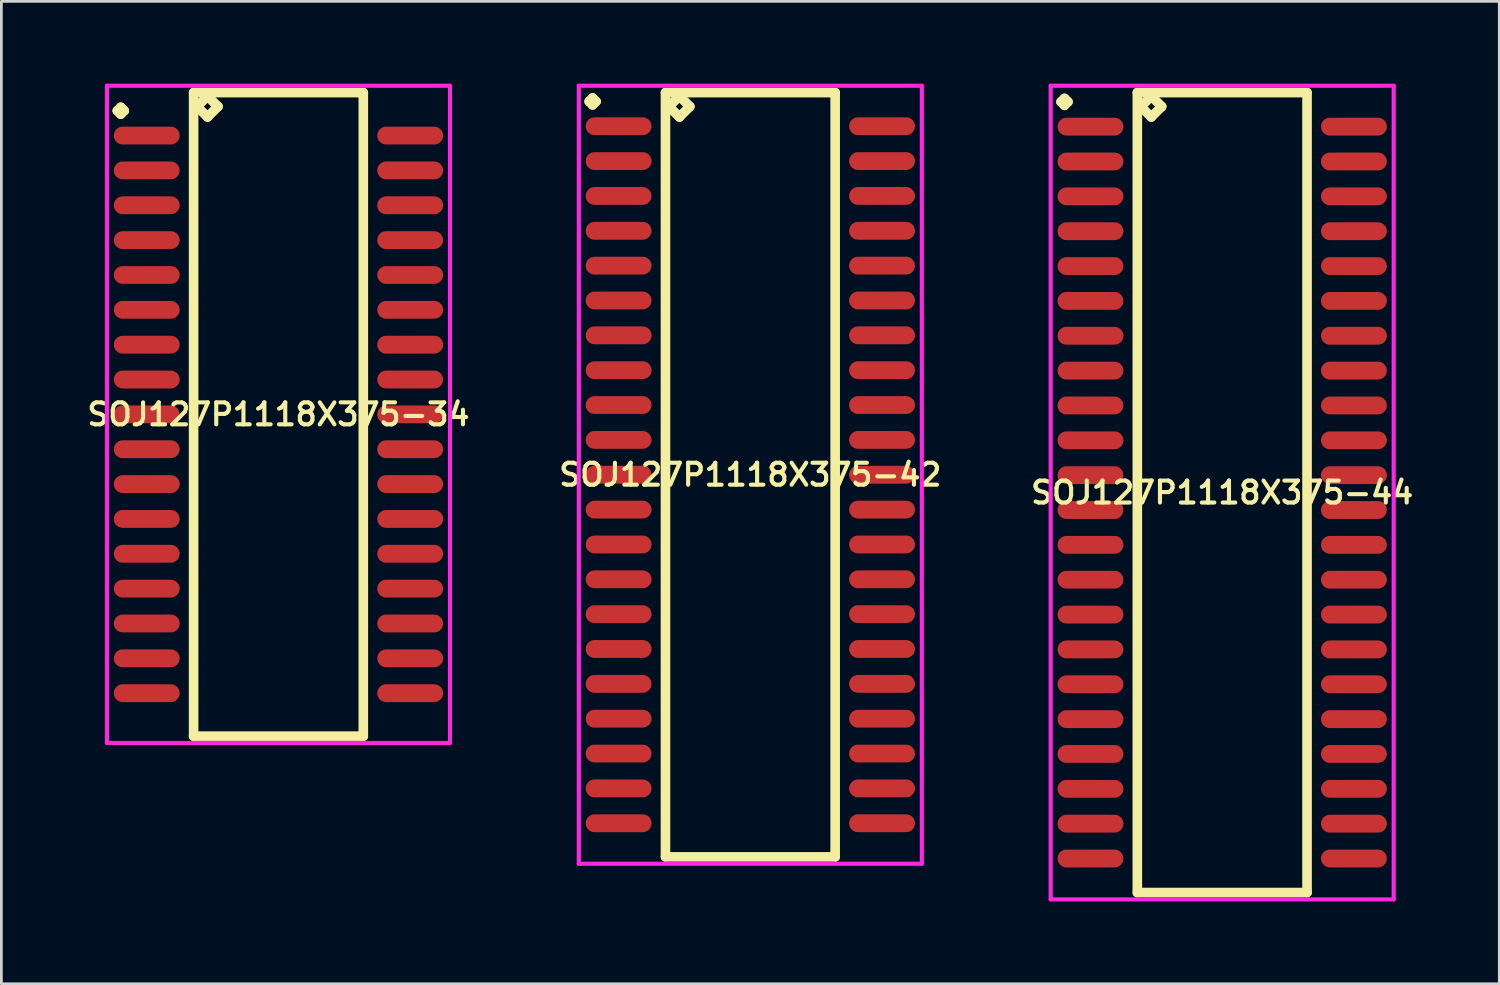
<source format=kicad_pcb>
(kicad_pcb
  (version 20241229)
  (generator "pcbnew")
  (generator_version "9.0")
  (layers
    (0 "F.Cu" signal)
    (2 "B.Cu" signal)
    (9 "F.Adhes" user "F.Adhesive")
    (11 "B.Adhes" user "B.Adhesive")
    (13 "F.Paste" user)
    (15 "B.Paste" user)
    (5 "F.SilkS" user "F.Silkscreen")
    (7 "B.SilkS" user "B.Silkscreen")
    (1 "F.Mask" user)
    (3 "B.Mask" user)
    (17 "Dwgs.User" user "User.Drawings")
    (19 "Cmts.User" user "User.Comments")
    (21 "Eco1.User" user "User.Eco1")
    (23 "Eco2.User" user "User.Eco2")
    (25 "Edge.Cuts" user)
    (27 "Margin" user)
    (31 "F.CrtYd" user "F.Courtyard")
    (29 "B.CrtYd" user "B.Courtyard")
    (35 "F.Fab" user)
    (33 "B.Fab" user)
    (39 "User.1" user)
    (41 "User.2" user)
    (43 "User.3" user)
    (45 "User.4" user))
  (footprint "SOJ127P1118X375-44"
    (layer "F.Cu")
    (at 41.487 14.9)
    (property "Reference" "SOJ127P1118X375-44" (at 0 0 0) (layer "F.SilkS") (effects (font (size 0.8 0.8) (thickness 0.15))))
    (attr smd)
    (fp_line (start -5.873 -14.239) (end -5.746 -14.366) (stroke (width 0.35) (type solid)) (layer "F.SilkS"))
    (fp_line (start -5.746 -14.366) (end -5.619 -14.239) (stroke (width 0.35) (type solid)) (layer "F.SilkS"))
    (fp_line (start -5.746 -14.112) (end -5.873 -14.239) (stroke (width 0.35) (type solid)) (layer "F.SilkS"))
    (fp_line (start -5.619 -14.239) (end -5.746 -14.112) (stroke (width 0.35) (type solid)) (layer "F.SilkS"))
    (fp_line (start -3.092 -14.575) (end -3.092 14.575) (stroke (width 0.35) (type solid)) (layer "F.SilkS"))
    (fp_line (start -3.092 14.575) (end 3.092 14.575) (stroke (width 0.35) (type solid)) (layer "F.SilkS"))
    (fp_line (start -2.965 -14.067) (end -2.584 -14.448) (stroke (width 0.35) (type solid)) (layer "F.SilkS"))
    (fp_line (start -2.584 -14.448) (end -2.203 -14.067) (stroke (width 0.35) (type solid)) (layer "F.SilkS"))
    (fp_line (start -2.584 -13.686) (end -2.965 -14.067) (stroke (width 0.35) (type solid)) (layer "F.SilkS"))
    (fp_line (start -2.203 -14.067) (end -2.584 -13.686) (stroke (width 0.35) (type solid)) (layer "F.SilkS"))
    (fp_line (start 3.092 -14.575) (end -3.092 -14.575) (stroke (width 0.35) (type solid)) (layer "F.SilkS"))
    (fp_line (start 3.092 14.575) (end 3.092 -14.575) (stroke (width 0.35) (type solid)) (layer "F.SilkS"))
    (fp_line (start -6.25 -14.825) (end 6.25 -14.825) (stroke (width 0.15) (type solid)) (layer "F.CrtYd"))
    (fp_line (start -6.25 14.825) (end -6.25 -14.825) (stroke (width 0.15) (type solid)) (layer "F.CrtYd"))
    (fp_line (start 6.25 -14.825) (end 6.25 14.825) (stroke (width 0.15) (type solid)) (layer "F.CrtYd"))
    (fp_line (start 6.25 14.825) (end -6.25 14.825) (stroke (width 0.15) (type solid)) (layer "F.CrtYd"))
    (pad "1" smd oval (at -4.8 -13.335) (size 2.4 0.65) (layers "F.Cu" "F.Mask" "F.Paste"))
    (pad "2" smd oval (at -4.8 -12.065) (size 2.4 0.65) (layers "F.Cu" "F.Mask" "F.Paste"))
    (pad "3" smd oval (at -4.8 -10.795) (size 2.4 0.65) (layers "F.Cu" "F.Mask" "F.Paste"))
    (pad "4" smd oval (at -4.8 -9.525) (size 2.4 0.65) (layers "F.Cu" "F.Mask" "F.Paste"))
    (pad "5" smd oval (at -4.8 -8.255) (size 2.4 0.65) (layers "F.Cu" "F.Mask" "F.Paste"))
    (pad "6" smd oval (at -4.8 -6.985) (size 2.4 0.65) (layers "F.Cu" "F.Mask" "F.Paste"))
    (pad "7" smd oval (at -4.8 -5.715) (size 2.4 0.65) (layers "F.Cu" "F.Mask" "F.Paste"))
    (pad "8" smd oval (at -4.8 -4.445) (size 2.4 0.65) (layers "F.Cu" "F.Mask" "F.Paste"))
    (pad "9" smd oval (at -4.8 -3.175) (size 2.4 0.65) (layers "F.Cu" "F.Mask" "F.Paste"))
    (pad "10" smd oval (at -4.8 -1.905) (size 2.4 0.65) (layers "F.Cu" "F.Mask" "F.Paste"))
    (pad "11" smd oval (at -4.8 -0.635) (size 2.4 0.65) (layers "F.Cu" "F.Mask" "F.Paste"))
    (pad "12" smd oval (at -4.8 0.635) (size 2.4 0.65) (layers "F.Cu" "F.Mask" "F.Paste"))
    (pad "13" smd oval (at -4.8 1.905) (size 2.4 0.65) (layers "F.Cu" "F.Mask" "F.Paste"))
    (pad "14" smd oval (at -4.8 3.175) (size 2.4 0.65) (layers "F.Cu" "F.Mask" "F.Paste"))
    (pad "15" smd oval (at -4.8 4.445) (size 2.4 0.65) (layers "F.Cu" "F.Mask" "F.Paste"))
    (pad "16" smd oval (at -4.8 5.715) (size 2.4 0.65) (layers "F.Cu" "F.Mask" "F.Paste"))
    (pad "17" smd oval (at -4.8 6.985) (size 2.4 0.65) (layers "F.Cu" "F.Mask" "F.Paste"))
    (pad "18" smd oval (at -4.8 8.255) (size 2.4 0.65) (layers "F.Cu" "F.Mask" "F.Paste"))
    (pad "19" smd oval (at -4.8 9.525) (size 2.4 0.65) (layers "F.Cu" "F.Mask" "F.Paste"))
    (pad "20" smd oval (at -4.8 10.795) (size 2.4 0.65) (layers "F.Cu" "F.Mask" "F.Paste"))
    (pad "21" smd oval (at -4.8 12.065) (size 2.4 0.65) (layers "F.Cu" "F.Mask" "F.Paste"))
    (pad "22" smd oval (at -4.8 13.335) (size 2.4 0.65) (layers "F.Cu" "F.Mask" "F.Paste"))
    (pad "23" smd oval (at 4.8 13.335) (size 2.4 0.65) (layers "F.Cu" "F.Mask" "F.Paste"))
    (pad "24" smd oval (at 4.8 12.065) (size 2.4 0.65) (layers "F.Cu" "F.Mask" "F.Paste"))
    (pad "25" smd oval (at 4.8 10.795) (size 2.4 0.65) (layers "F.Cu" "F.Mask" "F.Paste"))
    (pad "26" smd oval (at 4.8 9.525) (size 2.4 0.65) (layers "F.Cu" "F.Mask" "F.Paste"))
    (pad "27" smd oval (at 4.8 8.255) (size 2.4 0.65) (layers "F.Cu" "F.Mask" "F.Paste"))
    (pad "28" smd oval (at 4.8 6.985) (size 2.4 0.65) (layers "F.Cu" "F.Mask" "F.Paste"))
    (pad "29" smd oval (at 4.8 5.715) (size 2.4 0.65) (layers "F.Cu" "F.Mask" "F.Paste"))
    (pad "30" smd oval (at 4.8 4.445) (size 2.4 0.65) (layers "F.Cu" "F.Mask" "F.Paste"))
    (pad "31" smd oval (at 4.8 3.175) (size 2.4 0.65) (layers "F.Cu" "F.Mask" "F.Paste"))
    (pad "32" smd oval (at 4.8 1.905) (size 2.4 0.65) (layers "F.Cu" "F.Mask" "F.Paste"))
    (pad "33" smd oval (at 4.8 0.635) (size 2.4 0.65) (layers "F.Cu" "F.Mask" "F.Paste"))
    (pad "34" smd oval (at 4.8 -0.635) (size 2.4 0.65) (layers "F.Cu" "F.Mask" "F.Paste"))
    (pad "35" smd oval (at 4.8 -1.905) (size 2.4 0.65) (layers "F.Cu" "F.Mask" "F.Paste"))
    (pad "36" smd oval (at 4.8 -3.175) (size 2.4 0.65) (layers "F.Cu" "F.Mask" "F.Paste"))
    (pad "37" smd oval (at 4.8 -4.445) (size 2.4 0.65) (layers "F.Cu" "F.Mask" "F.Paste"))
    (pad "38" smd oval (at 4.8 -5.715) (size 2.4 0.65) (layers "F.Cu" "F.Mask" "F.Paste"))
    (pad "39" smd oval (at 4.8 -6.985) (size 2.4 0.65) (layers "F.Cu" "F.Mask" "F.Paste"))
    (pad "40" smd oval (at 4.8 -8.255) (size 2.4 0.65) (layers "F.Cu" "F.Mask" "F.Paste"))
    (pad "41" smd oval (at 4.8 -9.525) (size 2.4 0.65) (layers "F.Cu" "F.Mask" "F.Paste"))
    (pad "42" smd oval (at 4.8 -10.795) (size 2.4 0.65) (layers "F.Cu" "F.Mask" "F.Paste"))
    (pad "43" smd oval (at 4.8 -12.065) (size 2.4 0.65) (layers "F.Cu" "F.Mask" "F.Paste"))
    (pad "44" smd oval (at 4.8 -13.335) (size 2.4 0.65) (layers "F.Cu" "F.Mask" "F.Paste")))
  (footprint "SOJ127P1118X375-42"
    (layer "F.Cu")
    (at 24.292 14.25)
    (property "Reference" "SOJ127P1118X375-42" (at 0 0 0) (layer "F.SilkS") (effects (font (size 0.8 0.8) (thickness 0.15))))
    (attr through_hole)
    (fp_line (start -5.873 -13.604) (end -5.746 -13.731) (stroke (width 0.35) (type solid)) (layer "F.SilkS"))
    (fp_line (start -5.746 -13.731) (end -5.619 -13.604) (stroke (width 0.35) (type solid)) (layer "F.SilkS"))
    (fp_line (start -5.746 -13.477) (end -5.873 -13.604) (stroke (width 0.35) (type solid)) (layer "F.SilkS"))
    (fp_line (start -5.619 -13.604) (end -5.746 -13.477) (stroke (width 0.35) (type solid)) (layer "F.SilkS"))
    (fp_line (start -3.092 -13.925) (end -3.092 13.925) (stroke (width 0.35) (type solid)) (layer "F.SilkS"))
    (fp_line (start -3.092 13.925) (end 3.092 13.925) (stroke (width 0.35) (type solid)) (layer "F.SilkS"))
    (fp_line (start -2.965 -13.417) (end -2.584 -13.798) (stroke (width 0.35) (type solid)) (layer "F.SilkS"))
    (fp_line (start -2.584 -13.798) (end -2.203 -13.417) (stroke (width 0.35) (type solid)) (layer "F.SilkS"))
    (fp_line (start -2.584 -13.036) (end -2.965 -13.417) (stroke (width 0.35) (type solid)) (layer "F.SilkS"))
    (fp_line (start -2.203 -13.417) (end -2.584 -13.036) (stroke (width 0.35) (type solid)) (layer "F.SilkS"))
    (fp_line (start 3.092 -13.925) (end -3.092 -13.925) (stroke (width 0.35) (type solid)) (layer "F.SilkS"))
    (fp_line (start 3.092 13.925) (end 3.092 -13.925) (stroke (width 0.35) (type solid)) (layer "F.SilkS"))
    (fp_line (start -6.25 -14.175) (end 6.25 -14.175) (stroke (width 0.15) (type solid)) (layer "F.CrtYd"))
    (fp_line (start -6.25 14.175) (end -6.25 -14.175) (stroke (width 0.15) (type solid)) (layer "F.CrtYd"))
    (fp_line (start 6.25 -14.175) (end 6.25 14.175) (stroke (width 0.15) (type solid)) (layer "F.CrtYd"))
    (fp_line (start 6.25 14.175) (end -6.25 14.175) (stroke (width 0.15) (type solid)) (layer "F.CrtYd"))
    (pad "1" smd oval (at -4.8 -12.7) (size 2.4 0.65) (layers "F.Cu" "F.Mask" "F.Paste"))
    (pad "2" smd oval (at -4.8 -11.43) (size 2.4 0.65) (layers "F.Cu" "F.Mask" "F.Paste"))
    (pad "3" smd oval (at -4.8 -10.16) (size 2.4 0.65) (layers "F.Cu" "F.Mask" "F.Paste"))
    (pad "4" smd oval (at -4.8 -8.89) (size 2.4 0.65) (layers "F.Cu" "F.Mask" "F.Paste"))
    (pad "5" smd oval (at -4.8 -7.62) (size 2.4 0.65) (layers "F.Cu" "F.Mask" "F.Paste"))
    (pad "6" smd oval (at -4.8 -6.35) (size 2.4 0.65) (layers "F.Cu" "F.Mask" "F.Paste"))
    (pad "7" smd oval (at -4.8 -5.08) (size 2.4 0.65) (layers "F.Cu" "F.Mask" "F.Paste"))
    (pad "8" smd oval (at -4.8 -3.81) (size 2.4 0.65) (layers "F.Cu" "F.Mask" "F.Paste"))
    (pad "9" smd oval (at -4.8 -2.54) (size 2.4 0.65) (layers "F.Cu" "F.Mask" "F.Paste"))
    (pad "10" smd oval (at -4.8 -1.27) (size 2.4 0.65) (layers "F.Cu" "F.Mask" "F.Paste"))
    (pad "11" smd oval (at -4.8 0) (size 2.4 0.65) (layers "F.Cu" "F.Mask" "F.Paste"))
    (pad "12" smd oval (at -4.8 1.27) (size 2.4 0.65) (layers "F.Cu" "F.Mask" "F.Paste"))
    (pad "13" smd oval (at -4.8 2.54) (size 2.4 0.65) (layers "F.Cu" "F.Mask" "F.Paste"))
    (pad "14" smd oval (at -4.8 3.81) (size 2.4 0.65) (layers "F.Cu" "F.Mask" "F.Paste"))
    (pad "15" smd oval (at -4.8 5.08) (size 2.4 0.65) (layers "F.Cu" "F.Mask" "F.Paste"))
    (pad "16" smd oval (at -4.8 6.35) (size 2.4 0.65) (layers "F.Cu" "F.Mask" "F.Paste"))
    (pad "17" smd oval (at -4.8 7.62) (size 2.4 0.65) (layers "F.Cu" "F.Mask" "F.Paste"))
    (pad "18" smd oval (at -4.8 8.89) (size 2.4 0.65) (layers "F.Cu" "F.Mask" "F.Paste"))
    (pad "19" smd oval (at -4.8 10.16) (size 2.4 0.65) (layers "F.Cu" "F.Mask" "F.Paste"))
    (pad "20" smd oval (at -4.8 11.43) (size 2.4 0.65) (layers "F.Cu" "F.Mask" "F.Paste"))
    (pad "21" smd oval (at -4.8 12.7) (size 2.4 0.65) (layers "F.Cu" "F.Mask" "F.Paste"))
    (pad "22" smd oval (at 4.8 12.7) (size 2.4 0.65) (layers "F.Cu" "F.Mask" "F.Paste"))
    (pad "23" smd oval (at 4.8 11.43) (size 2.4 0.65) (layers "F.Cu" "F.Mask" "F.Paste"))
    (pad "24" smd oval (at 4.8 10.16) (size 2.4 0.65) (layers "F.Cu" "F.Mask" "F.Paste"))
    (pad "25" smd oval (at 4.8 8.89) (size 2.4 0.65) (layers "F.Cu" "F.Mask" "F.Paste"))
    (pad "26" smd oval (at 4.8 7.62) (size 2.4 0.65) (layers "F.Cu" "F.Mask" "F.Paste"))
    (pad "27" smd oval (at 4.8 6.35) (size 2.4 0.65) (layers "F.Cu" "F.Mask" "F.Paste"))
    (pad "28" smd oval (at 4.8 5.08) (size 2.4 0.65) (layers "F.Cu" "F.Mask" "F.Paste"))
    (pad "29" smd oval (at 4.8 3.81) (size 2.4 0.65) (layers "F.Cu" "F.Mask" "F.Paste"))
    (pad "30" smd oval (at 4.8 2.54) (size 2.4 0.65) (layers "F.Cu" "F.Mask" "F.Paste"))
    (pad "31" smd oval (at 4.8 1.27) (size 2.4 0.65) (layers "F.Cu" "F.Mask" "F.Paste"))
    (pad "32" smd oval (at 4.8 0) (size 2.4 0.65) (layers "F.Cu" "F.Mask" "F.Paste"))
    (pad "33" smd oval (at 4.8 -1.27) (size 2.4 0.65) (layers "F.Cu" "F.Mask" "F.Paste"))
    (pad "34" smd oval (at 4.8 -2.54) (size 2.4 0.65) (layers "F.Cu" "F.Mask" "F.Paste"))
    (pad "35" smd oval (at 4.8 -3.81) (size 2.4 0.65) (layers "F.Cu" "F.Mask" "F.Paste"))
    (pad "36" smd oval (at 4.8 -5.08) (size 2.4 0.65) (layers "F.Cu" "F.Mask" "F.Paste"))
    (pad "37" smd oval (at 4.8 -6.35) (size 2.4 0.65) (layers "F.Cu" "F.Mask" "F.Paste"))
    (pad "38" smd oval (at 4.8 -7.62) (size 2.4 0.65) (layers "F.Cu" "F.Mask" "F.Paste"))
    (pad "39" smd oval (at 4.8 -8.89) (size 2.4 0.65) (layers "F.Cu" "F.Mask" "F.Paste"))
    (pad "40" smd oval (at 4.8 -10.16) (size 2.4 0.65) (layers "F.Cu" "F.Mask" "F.Paste"))
    (pad "41" smd oval (at 4.8 -11.43) (size 2.4 0.65) (layers "F.Cu" "F.Mask" "F.Paste"))
    (pad "42" smd oval (at 4.8 -12.7) (size 2.4 0.65) (layers "F.Cu" "F.Mask" "F.Paste")))
  (footprint "SOJ127P1118X375-34"
    (layer "F.Cu")
    (at 7.097 12.05)
    (property "Reference" "SOJ127P1118X375-34" (at 0 0 0) (layer "F.SilkS") (effects (font (size 0.8 0.8) (thickness 0.15))))
    (attr smd)
    (fp_line (start -5.873 -11.064) (end -5.746 -11.191) (stroke (width 0.35) (type solid)) (layer "F.SilkS"))
    (fp_line (start -5.746 -11.191) (end -5.619 -11.064) (stroke (width 0.35) (type solid)) (layer "F.SilkS"))
    (fp_line (start -5.746 -10.937) (end -5.873 -11.064) (stroke (width 0.35) (type solid)) (layer "F.SilkS"))
    (fp_line (start -5.619 -11.064) (end -5.746 -10.937) (stroke (width 0.35) (type solid)) (layer "F.SilkS"))
    (fp_line (start -3.092 -11.725) (end -3.092 11.725) (stroke (width 0.35) (type solid)) (layer "F.SilkS"))
    (fp_line (start -3.092 11.725) (end 3.092 11.725) (stroke (width 0.35) (type solid)) (layer "F.SilkS"))
    (fp_line (start -2.965 -11.217) (end -2.584 -11.598) (stroke (width 0.35) (type solid)) (layer "F.SilkS"))
    (fp_line (start -2.584 -11.598) (end -2.203 -11.217) (stroke (width 0.35) (type solid)) (layer "F.SilkS"))
    (fp_line (start -2.584 -10.836) (end -2.965 -11.217) (stroke (width 0.35) (type solid)) (layer "F.SilkS"))
    (fp_line (start -2.203 -11.217) (end -2.584 -10.836) (stroke (width 0.35) (type solid)) (layer "F.SilkS"))
    (fp_line (start 3.092 -11.725) (end -3.092 -11.725) (stroke (width 0.35) (type solid)) (layer "F.SilkS"))
    (fp_line (start 3.092 11.725) (end 3.092 -11.725) (stroke (width 0.35) (type solid)) (layer "F.SilkS"))
    (fp_line (start -6.25 -11.975) (end 6.25 -11.975) (stroke (width 0.15) (type solid)) (layer "F.CrtYd"))
    (fp_line (start -6.25 11.975) (end -6.25 -11.975) (stroke (width 0.15) (type solid)) (layer "F.CrtYd"))
    (fp_line (start 6.25 -11.975) (end 6.25 11.975) (stroke (width 0.15) (type solid)) (layer "F.CrtYd"))
    (fp_line (start 6.25 11.975) (end -6.25 11.975) (stroke (width 0.15) (type solid)) (layer "F.CrtYd"))
    (pad "1" smd oval (at -4.8 -10.16) (size 2.4 0.65) (layers "F.Cu" "F.Mask" "F.Paste"))
    (pad "2" smd oval (at -4.8 -8.89) (size 2.4 0.65) (layers "F.Cu" "F.Mask" "F.Paste"))
    (pad "3" smd oval (at -4.8 -7.62) (size 2.4 0.65) (layers "F.Cu" "F.Mask" "F.Paste"))
    (pad "4" smd oval (at -4.8 -6.35) (size 2.4 0.65) (layers "F.Cu" "F.Mask" "F.Paste"))
    (pad "5" smd oval (at -4.8 -5.08) (size 2.4 0.65) (layers "F.Cu" "F.Mask" "F.Paste"))
    (pad "6" smd oval (at -4.8 -3.81) (size 2.4 0.65) (layers "F.Cu" "F.Mask" "F.Paste"))
    (pad "7" smd oval (at -4.8 -2.54) (size 2.4 0.65) (layers "F.Cu" "F.Mask" "F.Paste"))
    (pad "8" smd oval (at -4.8 -1.27) (size 2.4 0.65) (layers "F.Cu" "F.Mask" "F.Paste"))
    (pad "9" smd oval (at -4.8 0) (size 2.4 0.65) (layers "F.Cu" "F.Mask" "F.Paste"))
    (pad "10" smd oval (at -4.8 1.27) (size 2.4 0.65) (layers "F.Cu" "F.Mask" "F.Paste"))
    (pad "11" smd oval (at -4.8 2.54) (size 2.4 0.65) (layers "F.Cu" "F.Mask" "F.Paste"))
    (pad "12" smd oval (at -4.8 3.81) (size 2.4 0.65) (layers "F.Cu" "F.Mask" "F.Paste"))
    (pad "13" smd oval (at -4.8 5.08) (size 2.4 0.65) (layers "F.Cu" "F.Mask" "F.Paste"))
    (pad "14" smd oval (at -4.8 6.35) (size 2.4 0.65) (layers "F.Cu" "F.Mask" "F.Paste"))
    (pad "15" smd oval (at -4.8 7.62) (size 2.4 0.65) (layers "F.Cu" "F.Mask" "F.Paste"))
    (pad "16" smd oval (at -4.8 8.89) (size 2.4 0.65) (layers "F.Cu" "F.Mask" "F.Paste"))
    (pad "17" smd oval (at -4.8 10.16) (size 2.4 0.65) (layers "F.Cu" "F.Mask" "F.Paste"))
    (pad "18" smd oval (at 4.8 10.16) (size 2.4 0.65) (layers "F.Cu" "F.Mask" "F.Paste"))
    (pad "19" smd oval (at 4.8 8.89) (size 2.4 0.65) (layers "F.Cu" "F.Mask" "F.Paste"))
    (pad "20" smd oval (at 4.8 7.62) (size 2.4 0.65) (layers "F.Cu" "F.Mask" "F.Paste"))
    (pad "21" smd oval (at 4.8 6.35) (size 2.4 0.65) (layers "F.Cu" "F.Mask" "F.Paste"))
    (pad "22" smd oval (at 4.8 5.08) (size 2.4 0.65) (layers "F.Cu" "F.Mask" "F.Paste"))
    (pad "23" smd oval (at 4.8 3.81) (size 2.4 0.65) (layers "F.Cu" "F.Mask" "F.Paste"))
    (pad "24" smd oval (at 4.8 2.54) (size 2.4 0.65) (layers "F.Cu" "F.Mask" "F.Paste"))
    (pad "25" smd oval (at 4.8 1.27) (size 2.4 0.65) (layers "F.Cu" "F.Mask" "F.Paste"))
    (pad "26" smd oval (at 4.8 0) (size 2.4 0.65) (layers "F.Cu" "F.Mask" "F.Paste"))
    (pad "27" smd oval (at 4.8 -1.27) (size 2.4 0.65) (layers "F.Cu" "F.Mask" "F.Paste"))
    (pad "28" smd oval (at 4.8 -2.54) (size 2.4 0.65) (layers "F.Cu" "F.Mask" "F.Paste"))
    (pad "29" smd oval (at 4.8 -3.81) (size 2.4 0.65) (layers "F.Cu" "F.Mask" "F.Paste"))
    (pad "30" smd oval (at 4.8 -5.08) (size 2.4 0.65) (layers "F.Cu" "F.Mask" "F.Paste"))
    (pad "31" smd oval (at 4.8 -6.35) (size 2.4 0.65) (layers "F.Cu" "F.Mask" "F.Paste"))
    (pad "32" smd oval (at 4.8 -7.62) (size 2.4 0.65) (layers "F.Cu" "F.Mask" "F.Paste"))
    (pad "33" smd oval (at 4.8 -8.89) (size 2.4 0.65) (layers "F.Cu" "F.Mask" "F.Paste"))
    (pad "34" smd oval (at 4.8 -10.16) (size 2.4 0.65) (layers "F.Cu" "F.Mask" "F.Paste")))
  (gr_rect
    (start -3 -3)
    (end 51.584 32.8)
    (stroke (width 0.1) (type default))
    (fill no)
    (layer "Edge.Cuts")))
</source>
